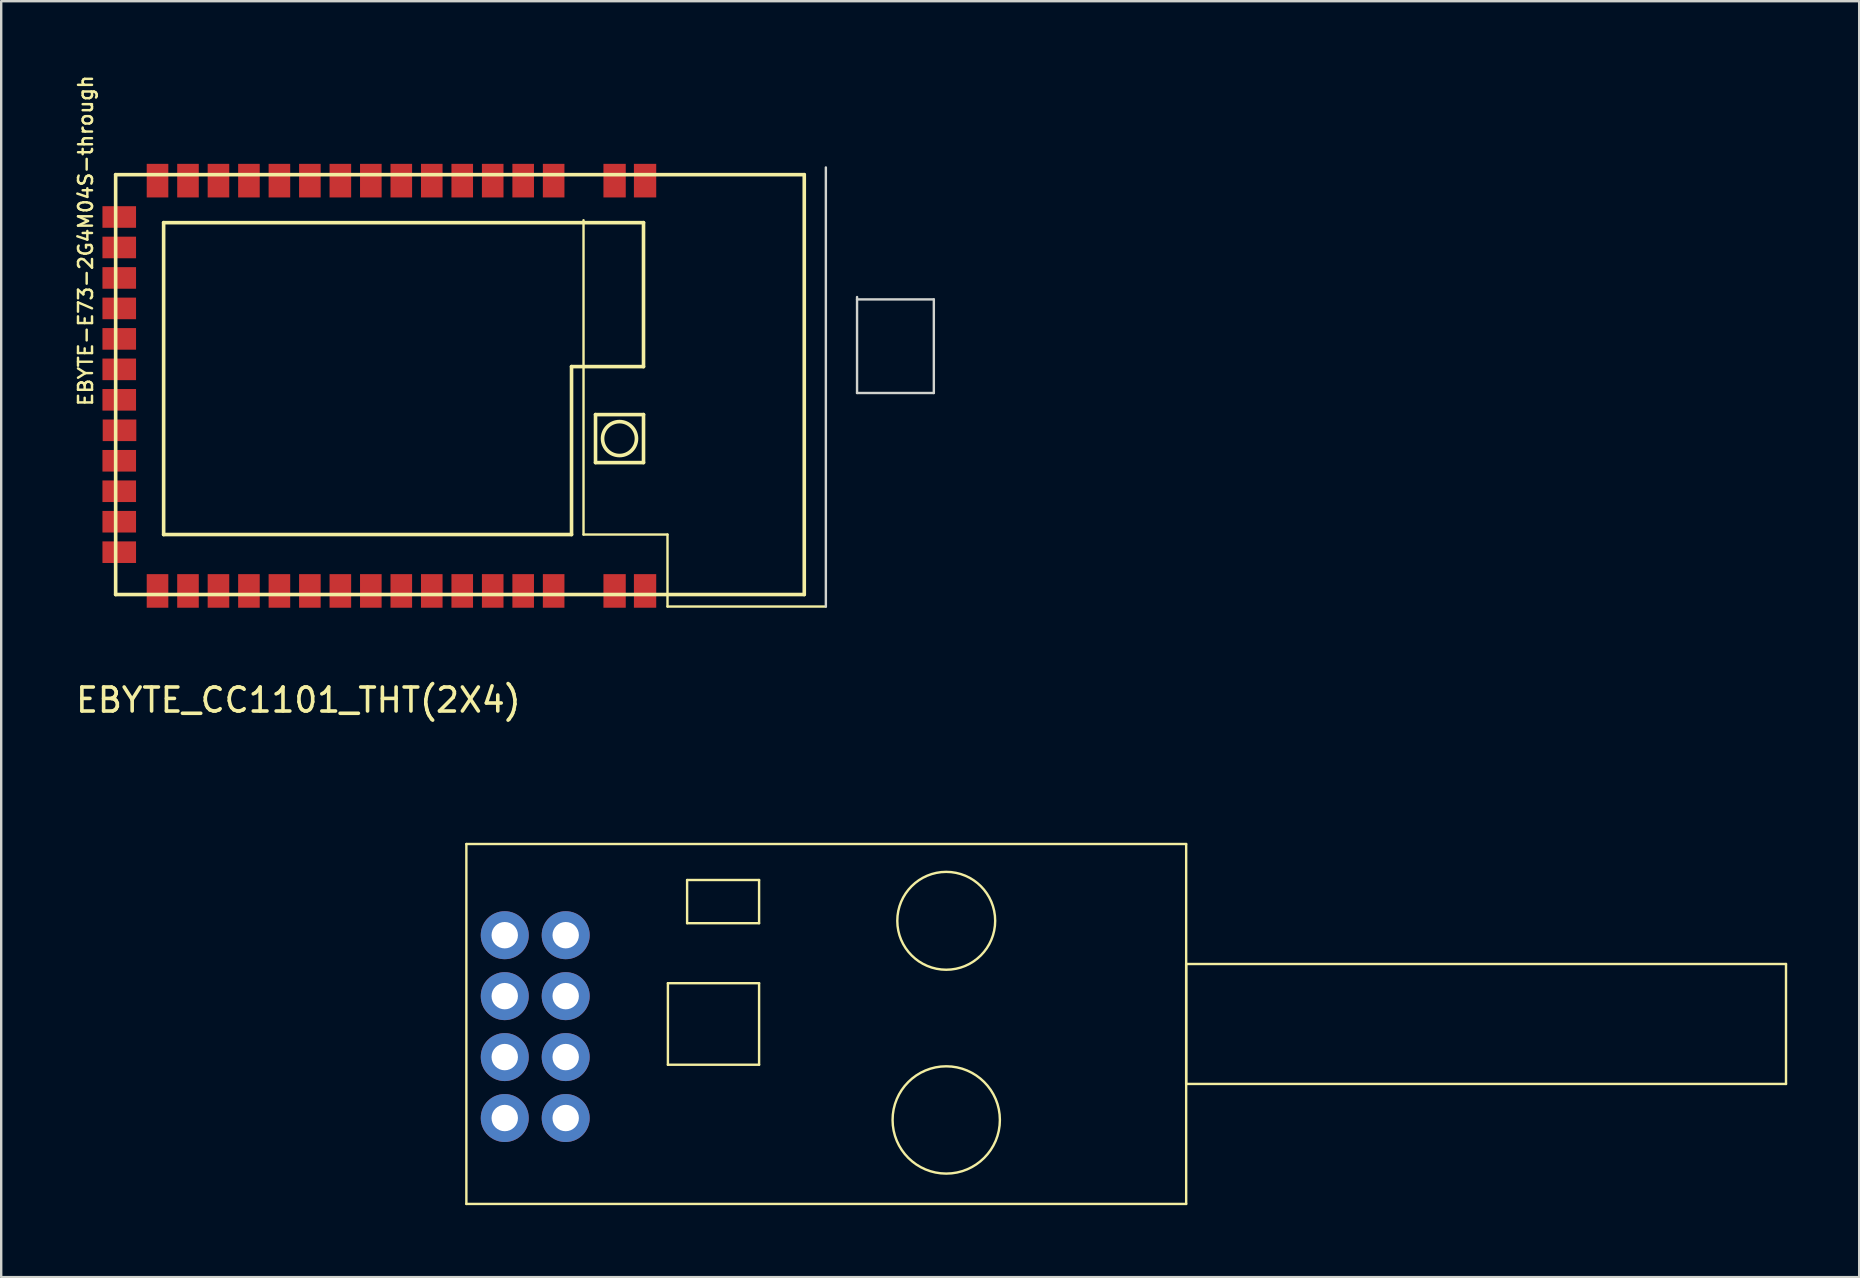
<source format=kicad_pcb>
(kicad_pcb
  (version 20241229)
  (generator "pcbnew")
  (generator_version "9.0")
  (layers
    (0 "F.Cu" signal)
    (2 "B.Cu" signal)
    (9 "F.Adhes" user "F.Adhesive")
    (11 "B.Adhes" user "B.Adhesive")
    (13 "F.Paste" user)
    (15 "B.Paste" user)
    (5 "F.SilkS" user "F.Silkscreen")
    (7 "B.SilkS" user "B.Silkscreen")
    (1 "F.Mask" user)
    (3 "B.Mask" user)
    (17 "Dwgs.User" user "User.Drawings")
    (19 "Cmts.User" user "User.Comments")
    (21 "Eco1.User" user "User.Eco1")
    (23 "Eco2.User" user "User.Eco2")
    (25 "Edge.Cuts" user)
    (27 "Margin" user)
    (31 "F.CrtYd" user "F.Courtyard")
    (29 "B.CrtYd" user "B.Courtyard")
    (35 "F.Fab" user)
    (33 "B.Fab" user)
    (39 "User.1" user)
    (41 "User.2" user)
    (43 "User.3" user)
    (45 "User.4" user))
  (footprint "EBYTE-E73-2G4M04S-through"
    (layer "F.Cu")
    (at 1.77 4.229)
    (property "Reference" "EBYTE-E73-2G4M04S-through" (at -1.25 2.75 90) (layer "F.SilkS") (effects (font (size 0.584 0.584) (thickness 0.102))))
    (attr through_hole)
    (fp_line (start 0 0) (end 0 17.5) (stroke (width 0.15) (type solid)) (layer "F.SilkS"))
    (fp_line (start 0 17.5) (end 28.7 17.5) (stroke (width 0.15) (type solid)) (layer "F.SilkS"))
    (fp_line (start 2 2) (end 2 15) (stroke (width 0.15) (type solid)) (layer "F.SilkS"))
    (fp_line (start 2 15) (end 19 15) (stroke (width 0.15) (type solid)) (layer "F.SilkS"))
    (fp_line (start 19 8) (end 22 8) (stroke (width 0.15) (type solid)) (layer "F.SilkS"))
    (fp_line (start 19 15) (end 19 8) (stroke (width 0.15) (type solid)) (layer "F.SilkS"))
    (fp_line (start 19.5 1.9) (end 19.5 15) (stroke (width 0.1) (type solid)) (layer "F.SilkS"))
    (fp_line (start 19.5 15) (end 23 15) (stroke (width 0.1) (type solid)) (layer "F.SilkS"))
    (fp_line (start 20 10) (end 20 12) (stroke (width 0.15) (type solid)) (layer "F.SilkS"))
    (fp_line (start 20 12) (end 22 12) (stroke (width 0.15) (type solid)) (layer "F.SilkS"))
    (fp_line (start 22 2) (end 2 2) (stroke (width 0.15) (type solid)) (layer "F.SilkS"))
    (fp_line (start 22 8) (end 22 2) (stroke (width 0.15) (type solid)) (layer "F.SilkS"))
    (fp_line (start 22 10) (end 20 10) (stroke (width 0.15) (type solid)) (layer "F.SilkS"))
    (fp_line (start 22 12) (end 22 10) (stroke (width 0.15) (type solid)) (layer "F.SilkS"))
    (fp_line (start 23 15) (end 23 18) (stroke (width 0.1) (type solid)) (layer "F.SilkS"))
    (fp_line (start 23 18) (end 29.6 18) (stroke (width 0.1) (type solid)) (layer "F.SilkS"))
    (fp_line (start 28.7 0) (end 0 0) (stroke (width 0.15) (type solid)) (layer "F.SilkS"))
    (fp_line (start 28.7 17.5) (end 28.7 0) (stroke (width 0.15) (type solid)) (layer "F.SilkS"))
    (fp_circle (center 21 11) (end 20.5 11.5) (stroke (width 0.15) (type solid)) (fill no) (layer "F.SilkS"))
    (fp_line (start 29.6 18) (end 29.6 -0.3) (stroke (width 0.1) (type solid)) (layer "Edge.Cuts"))
    (fp_line (start 30.9 5.1) (end 30.9 9.1) (stroke (width 0.1) (type solid)) (layer "Edge.Cuts"))
    (fp_line (start 30.9 9.1) (end 34.1 9.1) (stroke (width 0.1) (type solid)) (layer "Edge.Cuts"))
    (fp_line (start 34.1 5.2) (end 30.9 5.2) (stroke (width 0.1) (type solid)) (layer "Edge.Cuts"))
    (fp_line (start 34.1 9.1) (end 34.1 5.2) (stroke (width 0.1) (type solid)) (layer "Edge.Cuts"))
    (pad "0" smd rect (at 22.065 0.25) (size 0.93 1.4) (layers "F.Cu" "F.Mask" "F.Paste"))
    (pad "1" smd rect (at 20.795 0.25) (size 0.93 1.4) (layers "F.Cu" "F.Mask" "F.Paste"))
    (pad "2" smd rect (at 18.255 0.25) (size 0.9 1.4) (layers "F.Cu" "F.Mask" "F.Paste"))
    (pad "3" smd rect (at 16.985 0.25) (size 0.9 1.4) (layers "F.Cu" "F.Mask" "F.Paste"))
    (pad "4" smd rect (at 15.715 0.25) (size 0.9 1.4) (layers "F.Cu" "F.Mask" "F.Paste"))
    (pad "5" smd rect (at 14.445 0.25) (size 0.9 1.4) (layers "F.Cu" "F.Mask" "F.Paste"))
    (pad "6" smd rect (at 13.175 0.25) (size 0.9 1.4) (layers "F.Cu" "F.Mask" "F.Paste"))
    (pad "7" smd rect (at 11.905 0.25) (size 0.9 1.4) (layers "F.Cu" "F.Mask" "F.Paste"))
    (pad "8" smd rect (at 10.635 0.25) (size 0.9 1.4) (layers "F.Cu" "F.Mask" "F.Paste"))
    (pad "9" smd rect (at 9.365 0.25) (size 0.9 1.4) (layers "F.Cu" "F.Mask" "F.Paste"))
    (pad "10" smd rect (at 8.095 0.25) (size 0.9 1.4) (layers "F.Cu" "F.Mask" "F.Paste"))
    (pad "11" smd rect (at 6.825 0.25) (size 0.9 1.4) (layers "F.Cu" "F.Mask" "F.Paste"))
    (pad "12" smd rect (at 5.555 0.25) (size 0.9 1.4) (layers "F.Cu" "F.Mask" "F.Paste"))
    (pad "13" smd rect (at 4.285 0.25) (size 0.9 1.4) (layers "F.Cu" "F.Mask" "F.Paste"))
    (pad "14" smd rect (at 3.015 0.25) (size 0.9 1.4) (layers "F.Cu" "F.Mask" "F.Paste"))
    (pad "15" smd rect (at 1.745 0.25) (size 0.9 1.4) (layers "F.Cu" "F.Mask" "F.Paste"))
    (pad "16" smd rect (at 0.15 1.765) (size 1.4 0.9) (layers "F.Cu" "F.Mask" "F.Paste"))
    (pad "17" smd rect (at 0.15 3.035) (size 1.4 0.9) (layers "F.Cu" "F.Mask" "F.Paste"))
    (pad "18" smd rect (at 0.15 4.305) (size 1.4 0.9) (layers "F.Cu" "F.Mask" "F.Paste"))
    (pad "19" smd rect (at 0.15 5.575) (size 1.4 0.9) (layers "F.Cu" "F.Mask" "F.Paste"))
    (pad "20" smd rect (at 0.15 6.845) (size 1.4 0.9) (layers "F.Cu" "F.Mask" "F.Paste"))
    (pad "21" smd rect (at 0.15 8.115) (size 1.4 0.9) (layers "F.Cu" "F.Mask" "F.Paste"))
    (pad "22" smd rect (at 0.15 9.385) (size 1.4 0.9) (layers "F.Cu" "F.Mask" "F.Paste"))
    (pad "23" smd rect (at 0.16 10.655) (size 1.4 0.9) (layers "F.Cu" "F.Mask" "F.Paste"))
    (pad "24" smd rect (at 0.15 11.925) (size 1.4 0.9) (layers "F.Cu" "F.Mask" "F.Paste"))
    (pad "25" smd rect (at 0.15 13.195) (size 1.4 0.9) (layers "F.Cu" "F.Mask" "F.Paste"))
    (pad "26" smd rect (at 0.15 14.465) (size 1.4 0.9) (layers "F.Cu" "F.Mask" "F.Paste"))
    (pad "27" smd rect (at 0.15 15.735) (size 1.4 0.9) (layers "F.Cu" "F.Mask" "F.Paste"))
    (pad "28" smd rect (at 1.745 17.35) (size 0.9 1.4) (layers "F.Cu" "F.Mask" "F.Paste"))
    (pad "29" smd rect (at 3.015 17.35) (size 0.9 1.4) (layers "F.Cu" "F.Mask" "F.Paste"))
    (pad "30" smd rect (at 4.285 17.35) (size 0.9 1.4) (layers "F.Cu" "F.Mask" "F.Paste"))
    (pad "31" smd rect (at 5.555 17.35) (size 0.9 1.4) (layers "F.Cu" "F.Mask" "F.Paste"))
    (pad "32" smd rect (at 6.825 17.35) (size 0.9 1.4) (layers "F.Cu" "F.Mask" "F.Paste"))
    (pad "33" smd rect (at 8.095 17.35) (size 0.9 1.4) (layers "F.Cu" "F.Mask" "F.Paste"))
    (pad "34" smd rect (at 9.365 17.35) (size 0.9 1.4) (layers "F.Cu" "F.Mask" "F.Paste"))
    (pad "35" smd rect (at 10.635 17.35) (size 0.9 1.4) (layers "F.Cu" "F.Mask" "F.Paste"))
    (pad "36" smd rect (at 11.905 17.35) (size 0.9 1.4) (layers "F.Cu" "F.Mask" "F.Paste"))
    (pad "37" smd rect (at 13.175 17.35) (size 0.9 1.4) (layers "F.Cu" "F.Mask" "F.Paste"))
    (pad "38" smd rect (at 14.445 17.35) (size 0.9 1.4) (layers "F.Cu" "F.Mask" "F.Paste"))
    (pad "39" smd rect (at 15.715 17.35) (size 0.9 1.4) (layers "F.Cu" "F.Mask" "F.Paste"))
    (pad "40" smd rect (at 16.985 17.35) (size 0.9 1.4) (layers "F.Cu" "F.Mask" "F.Paste"))
    (pad "41" smd rect (at 18.255 17.35) (size 0.9 1.4) (layers "F.Cu" "F.Mask" "F.Paste"))
    (pad "42" smd rect (at 20.795 17.35) (size 0.93 1.4) (layers "F.Cu" "F.Mask" "F.Paste"))
    (pad "43" smd rect (at 22.065 17.35) (size 0.93 1.4) (layers "F.Cu" "F.Mask" "F.Paste")))
  (footprint "EBYTE_CC1101_THT(2X4)"
    (layer "F.Cu")
    (at 16.387 32.127)
    (property "Reference" "EBYTE_CC1101_THT(2X4)" (at -7 -6 0) (layer "F.SilkS") (effects (font (size 1 1) (thickness 0.15))))
    (attr through_hole)
    (fp_line (start 0 0) (end 0 15) (stroke (width 0.1) (type solid)) (layer "F.SilkS"))
    (fp_line (start 0 15) (end 30 15) (stroke (width 0.1) (type solid)) (layer "F.SilkS"))
    (fp_line (start 8.4 5.8) (end 8.4 9.2) (stroke (width 0.1) (type solid)) (layer "F.SilkS"))
    (fp_line (start 8.4 9.2) (end 12.2 9.2) (stroke (width 0.1) (type solid)) (layer "F.SilkS"))
    (fp_line (start 9.2 1.5) (end 9.2 3.3) (stroke (width 0.1) (type solid)) (layer "F.SilkS"))
    (fp_line (start 9.2 3.3) (end 12.2 3.3) (stroke (width 0.1) (type solid)) (layer "F.SilkS"))
    (fp_line (start 12.2 1.5) (end 9.2 1.5) (stroke (width 0.1) (type solid)) (layer "F.SilkS"))
    (fp_line (start 12.2 3.3) (end 12.2 1.5) (stroke (width 0.1) (type solid)) (layer "F.SilkS"))
    (fp_line (start 12.2 5.8) (end 8.4 5.8) (stroke (width 0.1) (type solid)) (layer "F.SilkS"))
    (fp_line (start 12.2 9.2) (end 12.2 5.8) (stroke (width 0.1) (type solid)) (layer "F.SilkS"))
    (fp_line (start 30 0) (end 0 0) (stroke (width 0.1) (type solid)) (layer "F.SilkS"))
    (fp_line (start 30 5) (end 30 10) (stroke (width 0.1) (type solid)) (layer "F.SilkS"))
    (fp_line (start 30 10) (end 55 10) (stroke (width 0.1) (type solid)) (layer "F.SilkS"))
    (fp_line (start 30 15) (end 30 0) (stroke (width 0.1) (type solid)) (layer "F.SilkS"))
    (fp_line (start 55 5) (end 30 5) (stroke (width 0.1) (type solid)) (layer "F.SilkS"))
    (fp_line (start 55 10) (end 55 5) (stroke (width 0.1) (type solid)) (layer "F.SilkS"))
    (fp_circle (center 20 3.2) (end 22 3.6) (stroke (width 0.1) (type solid)) (fill no) (layer "F.SilkS"))
    (fp_circle (center 20 11.5) (end 22.2 11.9) (stroke (width 0.1) (type solid)) (fill no) (layer "F.SilkS"))
    (pad "1" thru_hole circle (at 1.6 3.8) (size 2 2) (drill 1.1) (layers "*.Cu" "*.Mask"))
    (pad "2" thru_hole circle (at 4.14 3.8) (size 2 2) (drill 1.1) (layers "*.Cu" "*.Mask"))
    (pad "3" thru_hole circle (at 1.6 6.34) (size 2 2) (drill 1.1) (layers "*.Cu" "*.Mask"))
    (pad "4" thru_hole circle (at 4.14 6.34) (size 2 2) (drill 1.1) (layers "*.Cu" "*.Mask"))
    (pad "5" thru_hole circle (at 1.6 8.88) (size 2 2) (drill 1.1) (layers "*.Cu" "*.Mask"))
    (pad "6" thru_hole circle (at 4.14 8.88) (size 2 2) (drill 1.1) (layers "*.Cu" "*.Mask"))
    (pad "7" thru_hole circle (at 1.6 11.42) (size 2 2) (drill 1.1) (layers "*.Cu" "*.Mask"))
    (pad "8" thru_hole circle (at 4.14 11.42) (size 2 2) (drill 1.1) (layers "*.Cu" "*.Mask")))
  (gr_rect
    (start -3 -3)
    (end 74.437 50.177)
    (stroke (width 0.1) (type default))
    (fill no)
    (layer "Edge.Cuts")))
</source>
